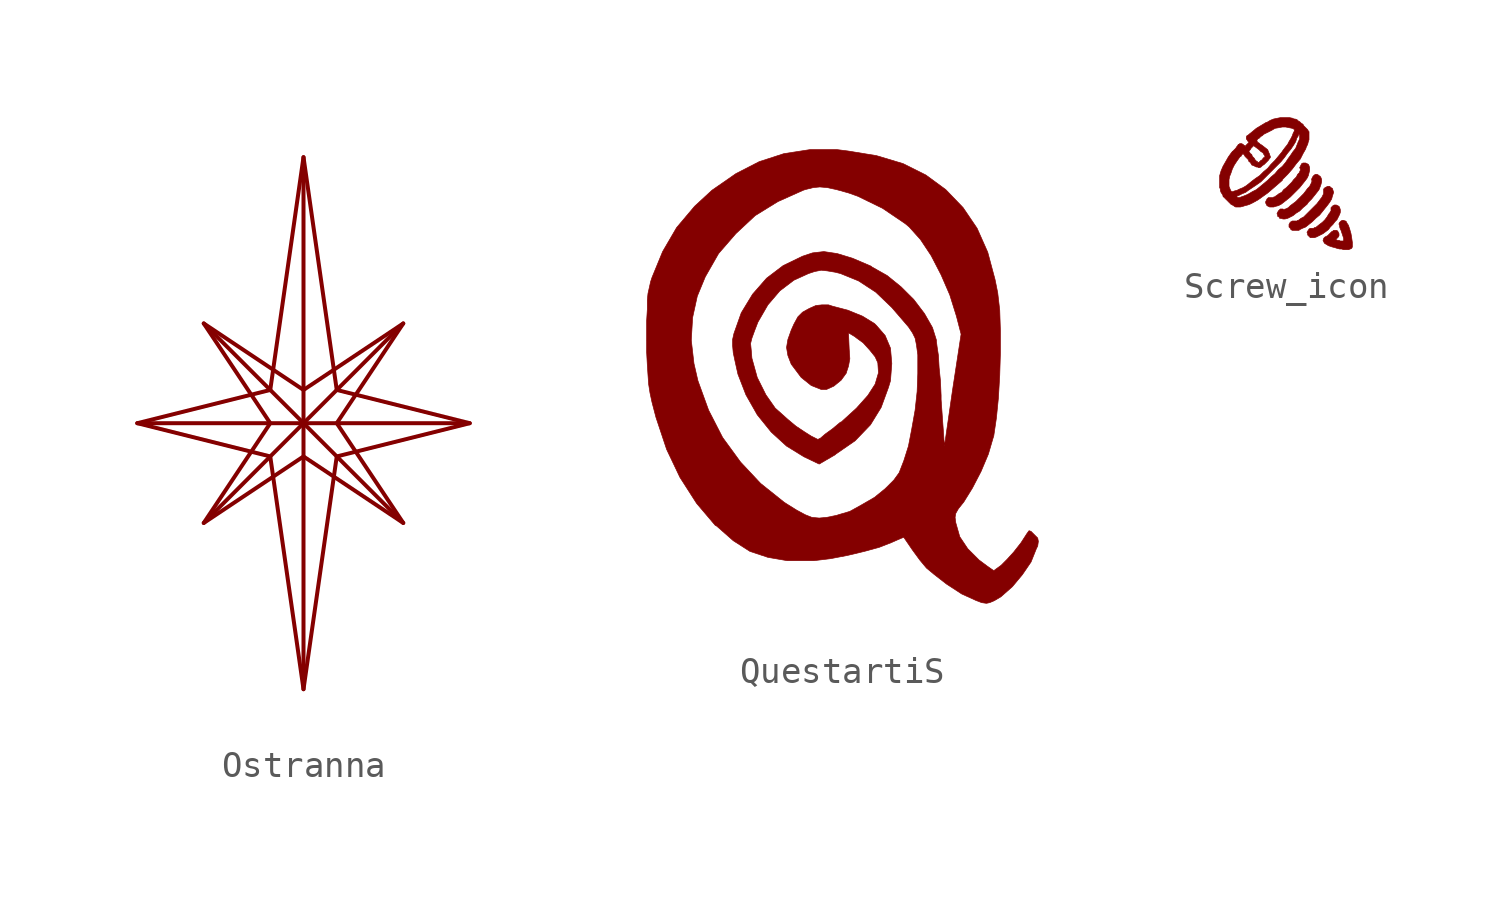
<source format=kicad_sym>
(kicad_symbol_lib
  (version 20220914)
  (generator kicad_symbol_editor)
  (symbol "Ostranna"
    (pin_names
      (offset 1.016))
    (property "Reference" "Logo"
      (at 0 15.24 0)
      (effects (font (size 1.524 1.524)) hide))
    (property "Footprint" ""
      (at 0 0 0)
      (effects (font (size 1.524 1.524))))
    (property "Datasheet" ""
      (at 0 0 0)
      (effects (font (size 1.524 1.524))))
    (symbol "Ostranna_0_1"
      (polyline (pts (xy -6.35 0) (xy 6.35 0)) (stroke (width 0) (type solid)) (fill (type none)))
      (polyline (pts (xy -3.81 3.81) (xy 3.81 -3.81)) (stroke (width 0) (type solid)) (fill (type none)))
      (polyline (pts (xy 0 10.16) (xy 0 -10.16)) (stroke (width 0) (type solid)) (fill (type none)))
      (polyline (pts (xy 3.81 3.81) (xy -3.81 -3.81)) (stroke (width 0) (type solid)) (fill (type none)))
      (polyline (pts (xy -1.27 1.27) (xy 0 10.16) (xy 1.27 1.27) (xy 6.35 0) (xy 1.27 -1.27) (xy 0 -10.16) (xy -1.27 -1.27) (xy -6.35 0) (xy -1.27 1.27)) (stroke (width 0) (type solid)) (fill (type none)))
      (polyline (pts (xy 0 1.27) (xy 3.81 3.81) (xy 1.27 0) (xy 3.81 -3.81) (xy 0 -1.27) (xy -3.81 -3.81) (xy -1.27 0) (xy -3.81 3.81) (xy 0 1.27)) (stroke (width 0) (type solid)) (fill (type none)))))
  (symbol "QuestartiS"
    (pin_names
      (offset 1.016))
    (property "Reference" "Logo"
      (at 0 12.7 0)
      (effects (font (size 1.524 1.524)) hide))
    (symbol "QuestartiS_0_0"
      (polyline (pts (xy 5.664 -8.661) (xy 5.842 -8.585) (xy 6.096 -8.433) (xy 6.528 -8.052) (xy 6.909 -7.595) (xy 7.239 -7.112) (xy 7.442 -6.604) (xy 7.493 -6.502) (xy 7.518 -6.325) (xy 7.493 -6.198) (xy 7.239 -5.944) (xy 7.163 -5.918) (xy 7.087 -6.02) (xy 6.858 -6.375) (xy 6.579 -6.731) (xy 6.325 -7.01) (xy 6.096 -7.239) (xy 5.817 -7.442) (xy 5.563 -7.264) (xy 5.258 -7.036) (xy 4.826 -6.604) (xy 4.521 -6.147) (xy 4.369 -5.613) (xy 4.343 -5.41) (xy 4.369 -5.258) (xy 4.47 -5.08) (xy 4.674 -4.826) (xy 5.004 -4.293) (xy 5.334 -3.658) (xy 5.613 -2.997) (xy 5.791 -2.388) (xy 5.817 -2.311) (xy 5.918 -1.626) (xy 5.994 -0.864) (xy 6.045 0) (xy 6.071 0.864) (xy 6.071 1.702) (xy 6.045 2.489) (xy 5.969 3.15) (xy 5.867 3.658) (xy 5.588 4.699) (xy 5.182 5.613) (xy 4.648 6.401) (xy 3.988 7.087) (xy 3.226 7.645) (xy 2.362 8.077) (xy 1.346 8.382) (xy 0.254 8.56) (xy -0.152 8.611) (xy -1.194 8.611) (xy -2.184 8.458) (xy -3.124 8.153) (xy -4.013 7.696) (xy -4.928 7.061) (xy -5.588 6.452) (xy -6.274 5.639) (xy -6.807 4.724) (xy -7.214 3.734) (xy -7.264 3.581) (xy -7.366 3.124) (xy -7.391 2.87) (xy -7.391 2.515) (xy -7.417 2.083) (xy -7.417 1.346) (xy -5.715 1.346) (xy -5.664 2.21) (xy -5.486 3.023) (xy -5.182 3.759) (xy -4.674 4.648) (xy -4.013 5.41) (xy -3.277 6.096) (xy -2.413 6.629) (xy -1.448 7.061) (xy -1.372 7.087) (xy -1.067 7.163) (xy -0.813 7.188) (xy -0.533 7.163) (xy -0.178 7.087) (xy 0.279 6.96) (xy 0.635 6.833) (xy 1.575 6.375) (xy 2.438 5.791) (xy 2.591 5.664) (xy 3.023 5.182) (xy 3.429 4.572) (xy 3.81 3.835) (xy 4.14 3.073) (xy 4.394 2.261) (xy 4.572 1.575) (xy 4.242 -0.584) (xy 3.937 -2.692) (xy 3.81 -0.914) (xy 3.81 -0.762) (xy 3.785 -0.203) (xy 3.734 0.305) (xy 3.708 0.762) (xy 3.658 1.092) (xy 3.632 1.295) (xy 3.632 1.346) (xy 3.48 1.829) (xy 3.175 2.362) (xy 2.769 2.896) (xy 2.286 3.378) (xy 1.753 3.81) (xy 1.168 4.14) (xy 1.143 4.166) (xy 0.432 4.47) (xy -0.152 4.648) (xy -0.66 4.724) (xy -1.092 4.674) (xy -1.473 4.547) (xy -2.21 4.191) (xy -2.845 3.708) (xy -3.378 3.099) (xy -3.81 2.388) (xy -4.089 1.6) (xy -4.14 1.372) (xy -4.14 1.143) (xy -4.115 0.864) (xy -4.039 0.508) (xy -3.937 0.051) (xy -3.632 -0.737) (xy -3.2 -1.499) (xy -2.667 -2.159) (xy -2.083 -2.692) (xy -1.422 -3.099) (xy -0.838 -3.378) (xy -0.229 -3.023) (xy -0.203 -2.997) (xy 0.533 -2.489) (xy 1.118 -1.88) (xy 1.524 -1.219) (xy 1.803 -0.457) (xy 1.88 -0.203) (xy 1.93 0.457) (xy 1.88 1.041) (xy 1.676 1.524) (xy 1.346 1.905) (xy 1.27 1.981) (xy 0.813 2.261) (xy 0.254 2.489) (xy -0.33 2.642) (xy -0.483 2.692) (xy -0.737 2.692) (xy -0.965 2.667) (xy -1.194 2.565) (xy -1.245 2.54) (xy -1.473 2.413) (xy -1.651 2.235) (xy -1.803 1.956) (xy -1.905 1.727) (xy -2.032 1.372) (xy -2.083 1.067) (xy -2.032 0.762) (xy -1.905 0.432) (xy -1.524 -0.076) (xy -1.143 -0.381) (xy -0.762 -0.533) (xy -0.559 -0.533) (xy -0.279 -0.406) (xy 0 -0.178) (xy 0.203 0.102) (xy 0.203 0.127) (xy 0.279 0.356) (xy 0.33 0.635) (xy 0.305 1.016) (xy 0.279 1.626) (xy 0.533 1.473) (xy 0.559 1.448) (xy 0.838 1.245) (xy 1.092 0.965) (xy 1.295 0.711) (xy 1.397 0.483) (xy 1.422 0.102) (xy 1.295 -0.33) (xy 1.016 -0.762) (xy 0.584 -1.245) (xy 0 -1.778) (xy -0.025 -1.778) (xy -0.33 -2.032) (xy -0.61 -2.235) (xy -0.787 -2.388) (xy -0.889 -2.438) (xy -1.143 -2.311) (xy -1.422 -2.134) (xy -1.727 -1.93) (xy -2.032 -1.676) (xy -2.286 -1.448) (xy -2.515 -1.245) (xy -2.87 -0.737) (xy -3.2 -0.076) (xy -3.404 0.66) (xy -3.429 0.965) (xy -3.454 1.219) (xy -3.404 1.422) (xy -3.302 1.702) (xy -3.175 2.032) (xy -2.794 2.692) (xy -2.337 3.226) (xy -1.803 3.632) (xy -1.245 3.886) (xy -1.016 3.962) (xy -0.762 4.013) (xy -0.533 3.988) (xy -0.229 3.937) (xy -0.025 3.886) (xy 0.66 3.607) (xy 1.321 3.175) (xy 1.93 2.591) (xy 2.565 1.854) (xy 2.718 1.626) (xy 2.819 1.422) (xy 2.87 1.168) (xy 2.921 0.787) (xy 2.921 0.076) (xy 2.896 -0.61) (xy 2.819 -1.321) (xy 2.692 -2.032) (xy 2.565 -2.692) (xy 2.388 -3.251) (xy 2.21 -3.708) (xy 2.007 -3.988) (xy 1.676 -4.318) (xy 1.27 -4.648) (xy 0.787 -4.928) (xy 0.33 -5.182) (xy -0.102 -5.309) (xy -0.178 -5.334) (xy -0.559 -5.41) (xy -0.838 -5.436) (xy -1.118 -5.41) (xy -1.372 -5.309) (xy -1.702 -5.131) (xy -2.108 -4.877) (xy -2.184 -4.826) (xy -3.073 -4.115) (xy -3.835 -3.302) (xy -4.521 -2.362) (xy -5.055 -1.321) (xy -5.461 -0.203) (xy -5.613 0.457) (xy -5.715 1.346) (xy -7.417 1.346) (xy -7.417 0.889) (xy -7.391 0.406) (xy -7.366 0.025) (xy -7.341 -0.33) (xy -7.29 -0.66) (xy -7.214 -1.016) (xy -7.061 -1.6) (xy -6.655 -2.819) (xy -6.147 -3.886) (xy -5.512 -4.877) (xy -4.801 -5.715) (xy -4.75 -5.74) (xy -4.115 -6.299) (xy -3.48 -6.706) (xy -2.794 -6.934) (xy -2.057 -7.061) (xy -1.041 -7.061) (xy -0.406 -6.985) (xy 0.254 -6.858) (xy 0.889 -6.706) (xy 1.448 -6.553) (xy 1.905 -6.375) (xy 2.134 -6.274) (xy 2.311 -6.198) (xy 2.388 -6.172) (xy 2.718 -6.655) (xy 2.997 -7.036) (xy 3.251 -7.341) (xy 3.556 -7.595) (xy 4.013 -7.95) (xy 4.597 -8.331) (xy 5.156 -8.585) (xy 5.359 -8.661) (xy 5.537 -8.687) (xy 5.664 -8.661)) (stroke (width 0.025) (type solid)) (fill (type outline)))))
  (symbol "Screw_icon"
    (pin_names
      (offset 1.016))
    (property "Reference" "Icon"
      (at 0 6.35 0)
      (effects (font (size 1.524 1.524)) hide))
    (symbol "Screw_icon_0_0"
      (polyline (pts (xy 0.508 -1.753) (xy 0.61 -1.702) (xy 0.737 -1.651) (xy 0.991 -1.448) (xy 1.118 -1.321) (xy 1.27 -1.194) (xy 1.575 -0.813) (xy 1.651 -0.711) (xy 1.727 -0.584) (xy 1.753 -0.483) (xy 1.803 -0.33) (xy 1.753 -0.178) (xy 1.702 -0.152) (xy 1.651 -0.102) (xy 1.575 -0.102) (xy 1.473 -0.152) (xy 1.422 -0.203) (xy 1.422 -0.381) (xy 1.346 -0.533) (xy 1.321 -0.559) (xy 1.168 -0.762) (xy 0.66 -1.27) (xy 0.559 -1.321) (xy 0.457 -1.397) (xy 0.432 -1.397) (xy 0.406 -1.422) (xy 0.229 -1.422) (xy 0.178 -1.448) (xy 0.127 -1.499) (xy 0.127 -1.524) (xy 0.102 -1.549) (xy 0.102 -1.651) (xy 0.152 -1.702) (xy 0.178 -1.753) (xy 0.229 -1.778) (xy 0.483 -1.778) (xy 0.508 -1.753)) (stroke (width 0.025) (type solid)) (fill (type outline)))
      (polyline (pts (xy 1.143 -2.032) (xy 1.397 -1.905) (xy 1.6 -1.753) (xy 1.676 -1.651) (xy 1.778 -1.549) (xy 1.854 -1.448) (xy 1.93 -1.372) (xy 2.032 -1.168) (xy 2.057 -1.092) (xy 2.057 -0.991) (xy 2.032 -0.914) (xy 2.007 -0.864) (xy 1.905 -0.813) (xy 1.829 -0.813) (xy 1.778 -0.838) (xy 1.702 -0.914) (xy 1.702 -1.041) (xy 1.676 -1.067) (xy 1.651 -1.118) (xy 1.626 -1.143) (xy 1.549 -1.27) (xy 1.473 -1.372) (xy 1.372 -1.473) (xy 1.27 -1.549) (xy 1.143 -1.651) (xy 1.118 -1.676) (xy 1.067 -1.676) (xy 1.041 -1.702) (xy 0.914 -1.702) (xy 0.864 -1.727) (xy 0.838 -1.778) (xy 0.813 -1.803) (xy 0.787 -1.854) (xy 0.813 -1.905) (xy 0.813 -1.956) (xy 0.914 -2.057) (xy 1.067 -2.057) (xy 1.143 -2.032)) (stroke (width 0.025) (type solid)) (fill (type outline)))
      (polyline (pts (xy -0.406 -0.864) (xy -0.305 -0.838) (xy -0.203 -0.787) (xy -0.102 -0.711) (xy 0.152 -0.508) (xy 0.508 -0.152) (xy 0.711 0.102) (xy 0.787 0.203) (xy 0.838 0.305) (xy 0.889 0.508) (xy 0.889 0.61) (xy 0.864 0.686) (xy 0.838 0.737) (xy 0.737 0.787) (xy 0.635 0.787) (xy 0.584 0.762) (xy 0.508 0.61) (xy 0.533 0.559) (xy 0.533 0.508) (xy 0.508 0.457) (xy 0.508 0.432) (xy 0.432 0.356) (xy 0.381 0.254) (xy 0.279 0.152) (xy 0.203 0.051) (xy 0 -0.152) (xy -0.102 -0.229) (xy -0.178 -0.33) (xy -0.279 -0.381) (xy -0.381 -0.457) (xy -0.457 -0.508) (xy -0.483 -0.508) (xy -0.508 -0.533) (xy -0.686 -0.533) (xy -0.737 -0.584) (xy -0.787 -0.686) (xy -0.787 -0.737) (xy -0.737 -0.838) (xy -0.635 -0.889) (xy -0.483 -0.889) (xy -0.406 -0.864)) (stroke (width 0.025) (type solid)) (fill (type outline)))
      (polyline (pts (xy 0.051 -1.321) (xy 0.254 -1.219) (xy 0.381 -1.118) (xy 0.508 -1.041) (xy 0.635 -0.914) (xy 0.787 -0.787) (xy 0.838 -0.711) (xy 0.965 -0.584) (xy 1.168 -0.33) (xy 1.245 -0.229) (xy 1.295 -0.102) (xy 1.321 -0.025) (xy 1.346 0.076) (xy 1.346 0.152) (xy 1.321 0.229) (xy 1.295 0.254) (xy 1.295 0.279) (xy 1.245 0.305) (xy 1.219 0.33) (xy 1.168 0.356) (xy 1.118 0.356) (xy 1.067 0.33) (xy 1.016 0.279) (xy 0.965 0.178) (xy 0.965 0.127) (xy 0.991 0.102) (xy 0.965 0.076) (xy 0.965 0.051) (xy 0.889 -0.102) (xy 0.813 -0.178) (xy 0.66 -0.381) (xy 0.356 -0.686) (xy 0.152 -0.838) (xy 0.076 -0.914) (xy -0.025 -0.965) (xy -0.051 -0.965) (xy -0.076 -0.991) (xy -0.102 -0.991) (xy -0.127 -0.965) (xy -0.229 -0.965) (xy -0.305 -1.041) (xy -0.356 -1.143) (xy -0.33 -1.194) (xy -0.33 -1.245) (xy -0.279 -1.27) (xy -0.254 -1.321) (xy -0.203 -1.321) (xy -0.127 -1.346) (xy -0.051 -1.346) (xy 0.051 -1.321)) (stroke (width 0.025) (type solid)) (fill (type outline)))
      (polyline (pts (xy 2.413 -2.489) (xy 2.438 -2.489) (xy 2.489 -2.464) (xy 2.515 -2.413) (xy 2.515 -2.235) (xy 2.489 -2.057) (xy 2.464 -1.905) (xy 2.413 -1.727) (xy 2.362 -1.575) (xy 2.337 -1.549) (xy 2.311 -1.499) (xy 2.286 -1.473) (xy 2.286 -1.448) (xy 2.261 -1.422) (xy 2.235 -1.422) (xy 2.184 -1.397) (xy 2.134 -1.397) (xy 2.083 -1.422) (xy 2.032 -1.473) (xy 2.007 -1.524) (xy 2.007 -1.549) (xy 2.032 -1.6) (xy 2.032 -1.651) (xy 2.057 -1.727) (xy 2.083 -1.778) (xy 2.184 -2.083) (xy 2.184 -2.184) (xy 2.057 -2.184) (xy 2.007 -2.159) (xy 1.956 -2.159) (xy 1.88 -2.134) (xy 1.981 -2.032) (xy 2.007 -1.981) (xy 2.007 -1.905) (xy 1.956 -1.803) (xy 1.905 -1.778) (xy 1.803 -1.778) (xy 1.778 -1.803) (xy 1.727 -1.829) (xy 1.575 -1.981) (xy 1.473 -2.032) (xy 1.422 -2.083) (xy 1.422 -2.108) (xy 1.397 -2.159) (xy 1.448 -2.261) (xy 1.473 -2.286) (xy 1.524 -2.311) (xy 1.6 -2.362) (xy 1.753 -2.413) (xy 1.854 -2.438) (xy 1.93 -2.464) (xy 2.032 -2.489) (xy 2.108 -2.489) (xy 2.184 -2.515) (xy 2.388 -2.515) (xy 2.413 -2.489)) (stroke (width 0.025) (type solid)) (fill (type outline)))
      (polyline (pts (xy -1.651 -0.864) (xy -1.575 -0.838) (xy -1.473 -0.813) (xy -1.397 -0.787) (xy -1.245 -0.711) (xy -1.067 -0.61) (xy -0.711 -0.356) (xy -0.356 -0.051) (xy -0.152 0.127) (xy -0.152 0.152) (xy 0.051 0.356) (xy 0.229 0.559) (xy 0.381 0.762) (xy 0.533 0.94) (xy 0.635 1.143) (xy 0.737 1.321) (xy 0.762 1.397) (xy 0.813 1.499) (xy 0.838 1.6) (xy 0.864 1.676) (xy 0.864 1.981) (xy 0.838 2.007) (xy 0.813 2.057) (xy 0.66 2.21) (xy 0.635 2.261) (xy 0.559 2.311) (xy 0.508 2.362) (xy 0.457 2.388) (xy 0.406 2.438) (xy 0.33 2.464) (xy 0.279 2.464) (xy 0.254 2.489) (xy 0.127 2.515) (xy -0.229 2.515) (xy -0.483 2.464) (xy -0.61 2.413) (xy -0.737 2.337) (xy -0.762 2.337) (xy -1.143 2.108) (xy -1.295 1.981) (xy -1.422 1.88) (xy -1.448 1.854) (xy -1.499 1.829) (xy -1.524 1.778) (xy -1.524 1.702) (xy -1.499 1.676) (xy -1.473 1.626) (xy -1.422 1.575) (xy -1.549 1.448) (xy -1.549 1.422) (xy -1.575 1.422) (xy -1.575 1.448) (xy -1.6 1.448) (xy -1.651 1.499) (xy -1.702 1.524) (xy -1.778 1.524) (xy -1.803 1.499) (xy -1.829 1.499) (xy -1.854 1.448) (xy -1.88 1.422) (xy -1.93 1.346) (xy -2.057 1.219) (xy -1.422 1.219) (xy -1.422 1.245) (xy -1.372 1.295) (xy -1.346 1.346) (xy -1.245 1.448) (xy -1.041 1.295) (xy -0.965 1.219) (xy -0.914 1.194) (xy -0.864 1.143) (xy -0.864 1.118) (xy -0.838 1.092) (xy -0.813 1.041) (xy -0.838 0.991) (xy -0.864 0.991) (xy -0.889 0.965) (xy -0.914 0.914) (xy -0.965 0.889) (xy -1.041 0.813) (xy -1.092 0.813) (xy -1.092 0.838) (xy -1.118 0.838) (xy -1.194 0.914) (xy -1.219 0.965) (xy -1.295 1.041) (xy -1.321 1.118) (xy -1.372 1.143) (xy -1.397 1.194) (xy -1.422 1.219) (xy -2.057 1.219) (xy -2.083 1.194) (xy -2.21 1.016) (xy -2.413 0.66) (xy -2.489 0.483) (xy -2.54 0.305) (xy -2.54 -0.102) (xy -2.184 -0.102) (xy -2.184 0.152) (xy -2.159 0.279) (xy -2.108 0.406) (xy -2.057 0.559) (xy -1.981 0.711) (xy -1.88 0.864) (xy -1.753 1.041) (xy -1.727 1.041) (xy -1.702 1.092) (xy -1.651 1.143) (xy -1.6 1.092) (xy -1.575 1.041) (xy -1.448 0.914) (xy -1.422 0.838) (xy -1.372 0.813) (xy -1.346 0.762) (xy -1.321 0.737) (xy -1.321 0.711) (xy -1.295 0.711) (xy -1.27 0.686) (xy -1.245 0.686) (xy -1.143 0.635) (xy -1.092 0.635) (xy -1.067 0.61) (xy -1.016 0.61) (xy -0.965 0.635) (xy -0.914 0.686) (xy -0.838 0.737) (xy -0.686 0.889) (xy -0.635 0.965) (xy -0.61 0.991) (xy -0.61 1.041) (xy -0.635 1.092) (xy -0.635 1.118) (xy -0.66 1.168) (xy -0.711 1.295) (xy -0.94 1.473) (xy -0.991 1.499) (xy -1.041 1.549) (xy -1.092 1.575) (xy -1.118 1.626) (xy -1.143 1.626) (xy -1.143 1.651) (xy -1.118 1.651) (xy -1.092 1.702) (xy -1.041 1.727) (xy -0.965 1.803) (xy -0.914 1.829) (xy -0.864 1.88) (xy -0.559 2.032) (xy -0.432 2.108) (xy -0.279 2.134) (xy -0.152 2.159) (xy -0.025 2.159) (xy 0.229 2.108) (xy 0.279 2.083) (xy 0.305 2.057) (xy 0.305 2.007) (xy 0.254 1.905) (xy 0.229 1.829) (xy 0.178 1.727) (xy 0.102 1.6) (xy 0.051 1.499) (xy -0.051 1.372) (xy -0.127 1.27) (xy -0.178 1.194) (xy -0.432 0.889) (xy -0.584 0.737) (xy -0.711 0.584) (xy -0.864 0.457) (xy -1.016 0.305) (xy -1.168 0.203) (xy -1.27 0.127) (xy -1.524 -0.076) (xy -1.651 -0.152) (xy -1.778 -0.203) (xy -1.88 -0.254) (xy -1.981 -0.279) (xy -2.032 -0.305) (xy -2.083 -0.305) (xy -2.108 -0.279) (xy -2.134 -0.229) (xy -2.184 -0.102) (xy -2.54 -0.102) (xy -2.54 -0.152) (xy -2.515 -0.203) (xy -2.515 -0.254) (xy -2.489 -0.33) (xy -2.438 -0.406) (xy -2.413 -0.457) (xy -2.413 -0.483) (xy -1.905 -0.483) (xy -1.88 -0.483) (xy -1.854 -0.457) (xy -1.829 -0.457) (xy -1.676 -0.381) (xy -1.549 -0.33) (xy -1.448 -0.254) (xy -1.143 -0.051) (xy -0.965 0.076) (xy -0.203 0.838) (xy -0.076 0.991) (xy 0.051 1.168) (xy 0.178 1.321) (xy 0.279 1.473) (xy 0.356 1.6) (xy 0.406 1.753) (xy 0.432 1.778) (xy 0.457 1.829) (xy 0.457 1.854) (xy 0.483 1.88) (xy 0.508 1.88) (xy 0.508 1.702) (xy 0.457 1.6) (xy 0.356 1.346) (xy 0.254 1.219) (xy 0.152 1.067) (xy 0.076 0.965) (xy -0.025 0.813) (xy -0.152 0.66) (xy -0.305 0.533) (xy -0.432 0.381) (xy -0.584 0.254) (xy -0.711 0.127) (xy -1.016 -0.127) (xy -1.143 -0.229) (xy -1.295 -0.305) (xy -1.422 -0.381) (xy -1.524 -0.432) (xy -1.651 -0.483) (xy -1.727 -0.508) (xy -1.778 -0.533) (xy -1.854 -0.533) (xy -1.905 -0.483) (xy -2.413 -0.483) (xy -2.362 -0.533) (xy -2.108 -0.787) (xy -2.007 -0.838) (xy -1.981 -0.864) (xy -1.93 -0.889) (xy -1.753 -0.889) (xy -1.651 -0.864)) (stroke (width 0.025) (type solid)) (fill (type outline))))))
</source>
